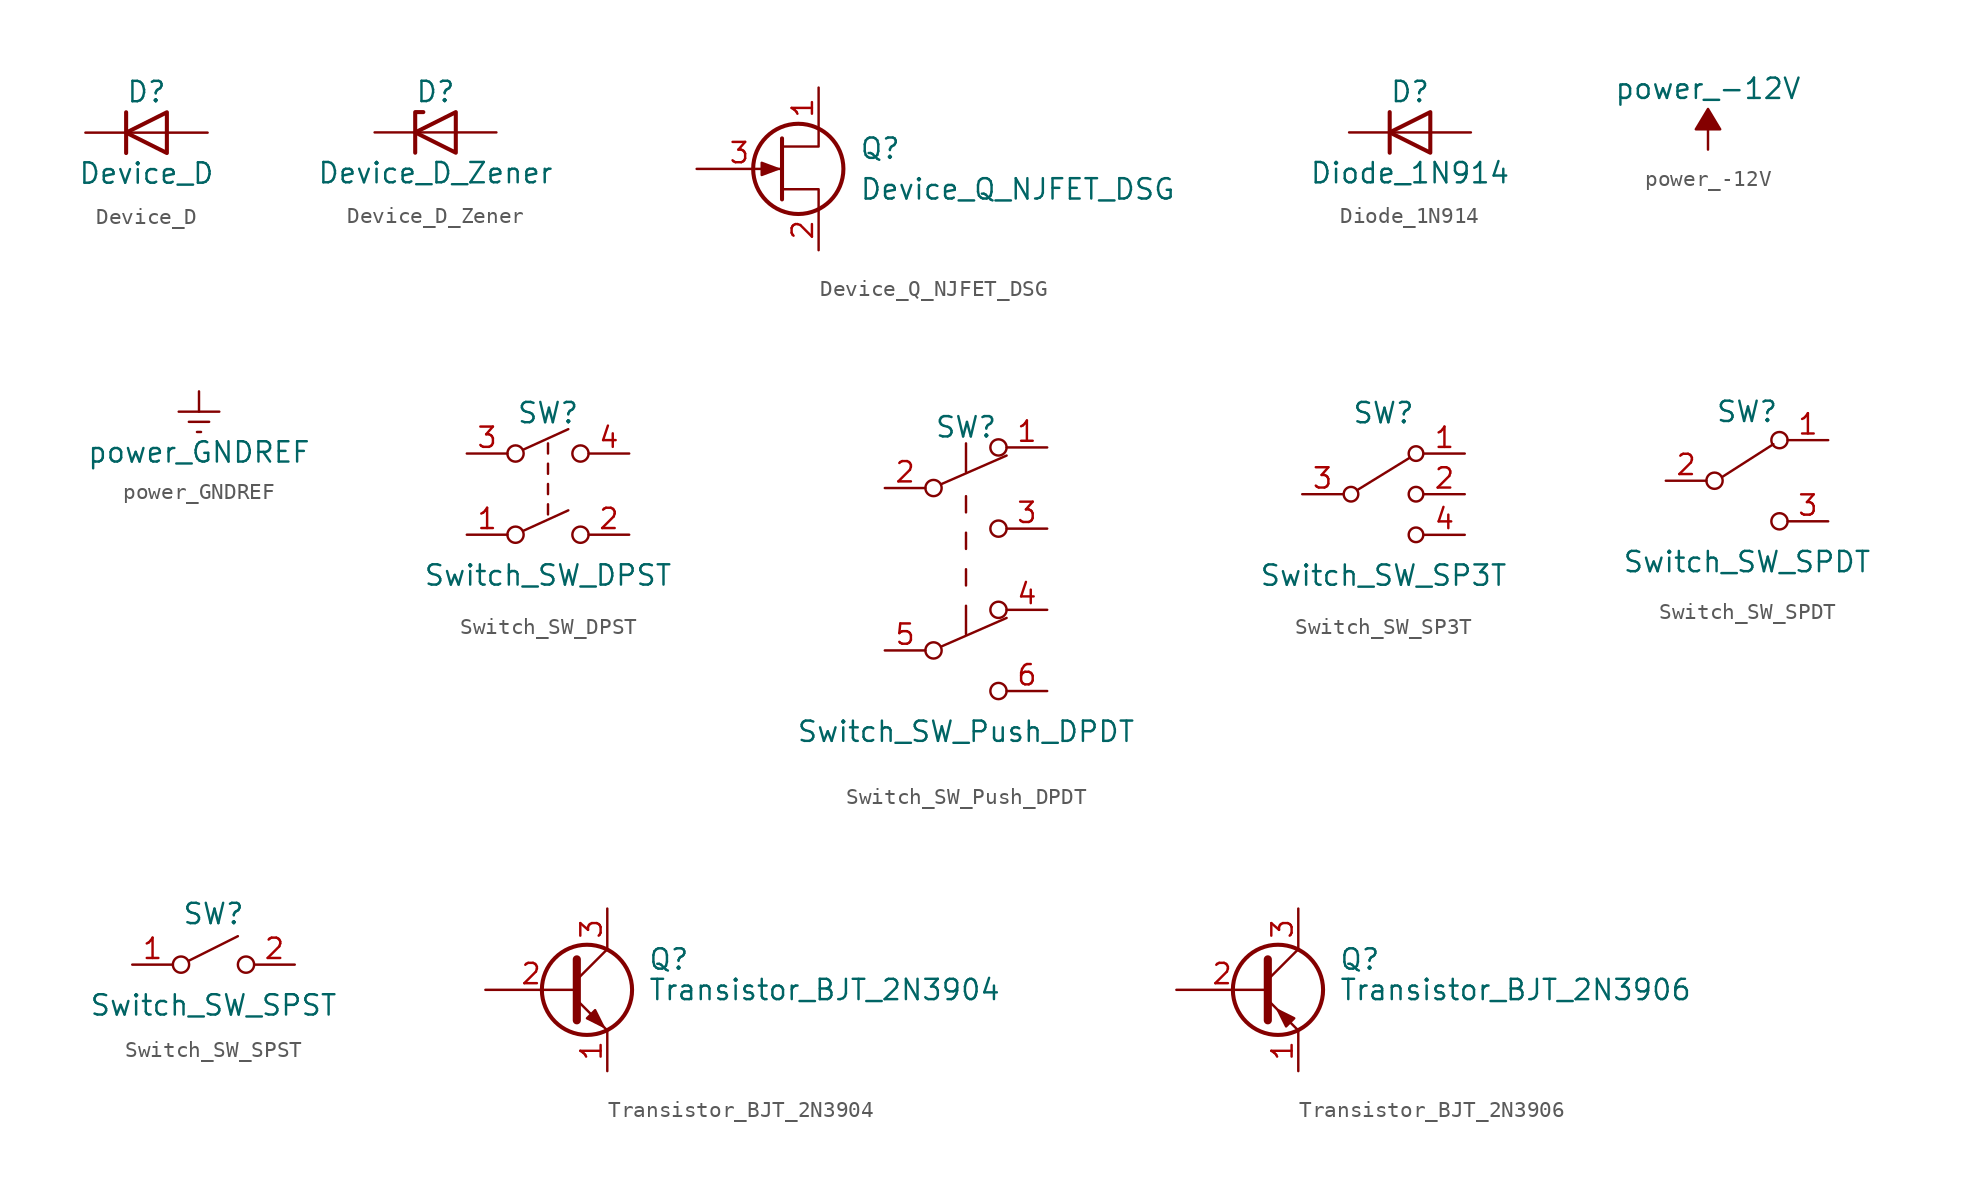
<source format=kicad_sym>
(kicad_symbol_lib
  (version 20220914)
  (generator kicad_symbol_editor)
  (symbol "Device_D"
    (pin_numbers hide)
    (pin_names
      (offset 1.016) hide)
    (property "Reference" "D"
      (at 0 2.54 0)
      (effects (font (size 1.27 1.27))))
    (property "Value" "Device_D"
      (at 0 -2.54 0)
      (effects (font (size 1.27 1.27))))
    (symbol "Device_D_0_1"
      (polyline (pts (xy -1.27 1.27) (xy -1.27 -1.27)) (stroke (width 0.254) (type solid)) (fill (type none)))
      (polyline (pts (xy 1.27 0) (xy -1.27 0)) (stroke (width 0) (type solid)) (fill (type none)))
      (polyline (pts (xy 1.27 1.27) (xy 1.27 -1.27) (xy -1.27 0) (xy 1.27 1.27)) (stroke (width 0.254) (type solid)) (fill (type none))))
    (symbol "Device_D_1_1"
      (pin passive line (at -3.81 0 0) (length 2.54) (name "K" (effects (font (size 1.27 1.27)))) (number "1" (effects (font (size 1.27 1.27)))))
      (pin passive line (at 3.81 0 180) (length 2.54) (name "A" (effects (font (size 1.27 1.27)))) (number "2" (effects (font (size 1.27 1.27)))))))
  (symbol "Device_D_Zener"
    (pin_numbers hide)
    (pin_names
      (offset 1.016) hide)
    (property "Reference" "D"
      (at 0 2.54 0)
      (effects (font (size 1.27 1.27))))
    (property "Value" "Device_D_Zener"
      (at 0 -2.54 0)
      (effects (font (size 1.27 1.27))))
    (symbol "Device_D_Zener_0_1"
      (polyline (pts (xy 1.27 0) (xy -1.27 0)) (stroke (width 0) (type solid)) (fill (type none)))
      (polyline (pts (xy -1.27 -1.27) (xy -1.27 1.27) (xy -0.762 1.27)) (stroke (width 0.254) (type solid)) (fill (type none)))
      (polyline (pts (xy 1.27 -1.27) (xy 1.27 1.27) (xy -1.27 0) (xy 1.27 -1.27)) (stroke (width 0.254) (type solid)) (fill (type none))))
    (symbol "Device_D_Zener_1_1"
      (pin passive line (at -3.81 0 0) (length 2.54) (name "K" (effects (font (size 1.27 1.27)))) (number "1" (effects (font (size 1.27 1.27)))))
      (pin passive line (at 3.81 0 180) (length 2.54) (name "A" (effects (font (size 1.27 1.27)))) (number "2" (effects (font (size 1.27 1.27)))))))
  (symbol "Device_Q_NJFET_DSG"
    (pin_names
      (offset 0) hide)
    (property "Reference" "Q"
      (at 5.08 1.27 0)
      (effects (font (size 1.27 1.27)) (justify left)))
    (property "Value" "Device_Q_NJFET_DSG"
      (at 5.08 -1.27 0)
      (effects (font (size 1.27 1.27)) (justify left)))
    (symbol "Device_Q_NJFET_DSG_0_1"
      (polyline (pts (xy 0.254 1.905) (xy 0.254 -1.905) (xy 0.254 -1.905)) (stroke (width 0.254) (type solid)) (fill (type none)))
      (polyline (pts (xy 2.54 -2.54) (xy 2.54 -1.27) (xy 0.254 -1.27)) (stroke (width 0) (type solid)) (fill (type none)))
      (polyline (pts (xy 2.54 2.54) (xy 2.54 1.397) (xy 0.254 1.397)) (stroke (width 0) (type solid)) (fill (type none)))
      (polyline (pts (xy 0 0) (xy -1.016 0.381) (xy -1.016 -0.381) (xy 0 0)) (stroke (width 0) (type solid)) (fill (type outline)))
      (circle (center 1.27 0) (radius 2.819) (stroke (width 0.254) (type solid)) (fill (type none))))
    (symbol "Device_Q_NJFET_DSG_1_1"
      (pin passive line (at 2.54 5.08 270) (length 2.54) (name "D" (effects (font (size 1.27 1.27)))) (number "1" (effects (font (size 1.27 1.27)))))
      (pin passive line (at 2.54 -5.08 90) (length 2.54) (name "S" (effects (font (size 1.27 1.27)))) (number "2" (effects (font (size 1.27 1.27)))))
      (pin input line (at -5.08 0 0) (length 5.334) (name "G" (effects (font (size 1.27 1.27)))) (number "3" (effects (font (size 1.27 1.27)))))))
  (symbol "Diode_1N914"
    (pin_numbers hide)
    (pin_names
      (offset 1.016) hide)
    (property "Reference" "D"
      (at 0 2.54 0)
      (effects (font (size 1.27 1.27))))
    (property "Value" "Diode_1N914"
      (at 0 -2.54 0)
      (effects (font (size 1.27 1.27))))
    (symbol "Diode_1N914_0_1"
      (polyline (pts (xy -1.27 1.27) (xy -1.27 -1.27)) (stroke (width 0.254) (type solid)) (fill (type none)))
      (polyline (pts (xy 1.27 0) (xy -1.27 0)) (stroke (width 0) (type solid)) (fill (type none)))
      (polyline (pts (xy 1.27 1.27) (xy 1.27 -1.27) (xy -1.27 0) (xy 1.27 1.27)) (stroke (width 0.254) (type solid)) (fill (type none))))
    (symbol "Diode_1N914_1_1"
      (pin passive line (at -3.81 0 0) (length 2.54) (name "K" (effects (font (size 1.27 1.27)))) (number "1" (effects (font (size 1.27 1.27)))))
      (pin passive line (at 3.81 0 180) (length 2.54) (name "A" (effects (font (size 1.27 1.27)))) (number "2" (effects (font (size 1.27 1.27)))))))
  (symbol "power_-12V"
    (power)
    (pin_names
      (offset 0))
    (property "Reference" "#PWR"
      (at 0 2.54 0)
      (effects (font (size 1.27 1.27)) hide))
    (property "Value" "power_-12V"
      (at 0 3.81 0)
      (effects (font (size 1.27 1.27))))
    (symbol "power_-12V_0_0"
      (pin power_in line (at 0 0 90) (length 0) hide (name "-12V" (effects (font (size 1.27 1.27)))) (number "1" (effects (font (size 1.27 1.27))))))
    (symbol "power_-12V_0_1"
      (polyline (pts (xy 0 0) (xy 0 1.27) (xy 0.762 1.27) (xy 0 2.54) (xy -0.762 1.27) (xy 0 1.27)) (stroke (width 0) (type solid)) (fill (type outline)))))
  (symbol "power_GNDREF"
    (power)
    (pin_names
      (offset 0))
    (property "Reference" "#PWR"
      (at 0 -6.35 0)
      (effects (font (size 1.27 1.27)) hide))
    (property "Value" "power_GNDREF"
      (at 0 -3.81 0)
      (effects (font (size 1.27 1.27))))
    (symbol "power_GNDREF_0_1"
      (polyline (pts (xy -0.635 -1.905) (xy 0.635 -1.905)) (stroke (width 0) (type solid)) (fill (type none)))
      (polyline (pts (xy -0.127 -2.54) (xy 0.127 -2.54)) (stroke (width 0) (type solid)) (fill (type none)))
      (polyline (pts (xy 0 -1.27) (xy 0 0)) (stroke (width 0) (type solid)) (fill (type none)))
      (polyline (pts (xy 1.27 -1.27) (xy -1.27 -1.27)) (stroke (width 0) (type solid)) (fill (type none))))
    (symbol "power_GNDREF_1_1"
      (pin power_in line (at 0 0 270) (length 0) hide (name "GNDREF" (effects (font (size 1.27 1.27)))) (number "1" (effects (font (size 1.27 1.27)))))))
  (symbol "Switch_SW_DPST"
    (pin_names
      (offset 0) hide)
    (property "Reference" "SW"
      (at 0 5.08 0)
      (effects (font (size 1.27 1.27))))
    (property "Value" "Switch_SW_DPST"
      (at 0 -5.08 0)
      (effects (font (size 1.27 1.27))))
    (symbol "Switch_SW_DPST_0_0"
      (circle (center -2.032 -2.54) (radius 0.508) (stroke (width 0) (type solid)) (fill (type none)))
      (circle (center -2.032 2.54) (radius 0.508) (stroke (width 0) (type solid)) (fill (type none)))
      (polyline (pts (xy -1.524 -2.286) (xy 1.27 -1.016)) (stroke (width 0) (type solid)) (fill (type none)))
      (polyline (pts (xy -1.524 2.794) (xy 1.27 4.064)) (stroke (width 0) (type solid)) (fill (type none)))
      (polyline (pts (xy 0 -1.27) (xy 0 -0.635)) (stroke (width 0) (type solid)) (fill (type none)))
      (polyline (pts (xy 0 0) (xy 0 0.635)) (stroke (width 0) (type solid)) (fill (type none)))
      (polyline (pts (xy 0 1.27) (xy 0 1.905)) (stroke (width 0) (type solid)) (fill (type none)))
      (polyline (pts (xy 0 2.54) (xy 0 3.175)) (stroke (width 0) (type solid)) (fill (type none)))
      (circle (center 2.032 -2.54) (radius 0.508) (stroke (width 0) (type solid)) (fill (type none)))
      (circle (center 2.032 2.54) (radius 0.508) (stroke (width 0) (type solid)) (fill (type none))))
    (symbol "Switch_SW_DPST_1_1"
      (pin passive line (at -5.08 -2.54 0) (length 2.54) (name "1" (effects (font (size 1.27 1.27)))) (number "1" (effects (font (size 1.27 1.27)))))
      (pin passive line (at 5.08 -2.54 180) (length 2.54) (name "2" (effects (font (size 1.27 1.27)))) (number "2" (effects (font (size 1.27 1.27)))))
      (pin passive line (at -5.08 2.54 0) (length 2.54) (name "3" (effects (font (size 1.27 1.27)))) (number "3" (effects (font (size 1.27 1.27)))))
      (pin passive line (at 5.08 2.54 180) (length 2.54) (name "4" (effects (font (size 1.27 1.27)))) (number "4" (effects (font (size 1.27 1.27)))))))
  (symbol "Switch_SW_Push_DPDT"
    (pin_names
      (offset 0) hide)
    (property "Reference" "SW"
      (at 0 8.89 0)
      (effects (font (size 1.27 1.27))))
    (property "Value" "Switch_SW_Push_DPDT"
      (at 0 -10.16 0)
      (effects (font (size 1.27 1.27))))
    (symbol "Switch_SW_Push_DPDT_0_0"
      (circle (center -2.032 -5.08) (radius 0.508) (stroke (width 0) (type solid)) (fill (type none)))
      (circle (center -2.032 5.08) (radius 0.508) (stroke (width 0) (type solid)) (fill (type none)))
      (circle (center 2.032 -7.62) (radius 0.508) (stroke (width 0) (type solid)) (fill (type none)))
      (circle (center 2.032 2.54) (radius 0.508) (stroke (width 0) (type solid)) (fill (type none))))
    (symbol "Switch_SW_Push_DPDT_0_1"
      (polyline (pts (xy -1.524 -4.826) (xy 2.54 -3.048)) (stroke (width 0) (type solid)) (fill (type none)))
      (polyline (pts (xy -1.524 5.334) (xy 2.54 7.112)) (stroke (width 0) (type solid)) (fill (type none)))
      (polyline (pts (xy 0 -2.286) (xy 0 -4.064)) (stroke (width 0) (type solid)) (fill (type none)))
      (polyline (pts (xy 0 -1.016) (xy 0 0)) (stroke (width 0) (type solid)) (fill (type none)))
      (polyline (pts (xy 0 1.27) (xy 0 2.286)) (stroke (width 0) (type solid)) (fill (type none)))
      (polyline (pts (xy 0 3.556) (xy 0 4.572)) (stroke (width 0) (type solid)) (fill (type none)))
      (polyline (pts (xy 0 7.874) (xy 0 6.096)) (stroke (width 0) (type solid)) (fill (type none)))
      (circle (center 2.032 -2.54) (radius 0.508) (stroke (width 0) (type solid)) (fill (type none)))
      (circle (center 2.032 7.62) (radius 0.508) (stroke (width 0) (type solid)) (fill (type none))))
    (symbol "Switch_SW_Push_DPDT_1_1"
      (pin passive line (at 5.08 7.62 180) (length 2.54) (name "A" (effects (font (size 1.27 1.27)))) (number "1" (effects (font (size 1.27 1.27)))))
      (pin passive line (at -5.08 5.08 0) (length 2.54) (name "B" (effects (font (size 1.27 1.27)))) (number "2" (effects (font (size 1.27 1.27)))))
      (pin passive line (at 5.08 2.54 180) (length 2.54) (name "C" (effects (font (size 1.27 1.27)))) (number "3" (effects (font (size 1.27 1.27)))))
      (pin passive line (at 5.08 -2.54 180) (length 2.54) (name "A" (effects (font (size 1.27 1.27)))) (number "4" (effects (font (size 1.27 1.27)))))
      (pin passive line (at -5.08 -5.08 0) (length 2.54) (name "B" (effects (font (size 1.27 1.27)))) (number "5" (effects (font (size 1.27 1.27)))))
      (pin passive line (at 5.08 -7.62 180) (length 2.54) (name "C" (effects (font (size 1.27 1.27)))) (number "6" (effects (font (size 1.27 1.27)))))))
  (symbol "Switch_SW_SP3T"
    (pin_names
      (offset 0) hide)
    (property "Reference" "SW"
      (at 0 5.08 0)
      (effects (font (size 1.27 1.27))))
    (property "Value" "Switch_SW_SP3T"
      (at 0 -5.08 0)
      (effects (font (size 1.27 1.27))))
    (symbol "Switch_SW_SP3T_0_1"
      (circle (center -2.032 0) (radius 0.457) (stroke (width 0) (type solid)) (fill (type none)))
      (polyline (pts (xy -1.651 0.254) (xy 1.651 2.286)) (stroke (width 0) (type solid)) (fill (type none)))
      (circle (center 2.032 -2.54) (radius 0.457) (stroke (width 0) (type solid)) (fill (type none)))
      (circle (center 2.032 0) (radius 0.457) (stroke (width 0) (type solid)) (fill (type none)))
      (circle (center 2.032 2.54) (radius 0.457) (stroke (width 0) (type solid)) (fill (type none))))
    (symbol "Switch_SW_SP3T_1_1"
      (pin passive line (at 5.08 2.54 180) (length 2.54) (name "1" (effects (font (size 1.27 1.27)))) (number "1" (effects (font (size 1.27 1.27)))))
      (pin passive line (at 5.08 0 180) (length 2.54) (name "2" (effects (font (size 1.27 1.27)))) (number "2" (effects (font (size 1.27 1.27)))))
      (pin passive line (at -5.08 0 0) (length 2.54) (name "3" (effects (font (size 1.27 1.27)))) (number "3" (effects (font (size 1.27 1.27)))))
      (pin passive line (at 5.08 -2.54 180) (length 2.54) (name "4" (effects (font (size 1.27 1.27)))) (number "4" (effects (font (size 1.27 1.27)))))))
  (symbol "Switch_SW_SPDT"
    (pin_names
      (offset 0) hide)
    (property "Reference" "SW"
      (at 0 4.318 0)
      (effects (font (size 1.27 1.27))))
    (property "Value" "Switch_SW_SPDT"
      (at 0 -5.08 0)
      (effects (font (size 1.27 1.27))))
    (symbol "Switch_SW_SPDT_0_0"
      (circle (center -2.032 0) (radius 0.508) (stroke (width 0) (type solid)) (fill (type none)))
      (circle (center 2.032 -2.54) (radius 0.508) (stroke (width 0) (type solid)) (fill (type none))))
    (symbol "Switch_SW_SPDT_0_1"
      (polyline (pts (xy -1.524 0.254) (xy 1.651 2.286)) (stroke (width 0) (type solid)) (fill (type none)))
      (circle (center 2.032 2.54) (radius 0.508) (stroke (width 0) (type solid)) (fill (type none))))
    (symbol "Switch_SW_SPDT_1_1"
      (pin passive line (at 5.08 2.54 180) (length 2.54) (name "A" (effects (font (size 1.27 1.27)))) (number "1" (effects (font (size 1.27 1.27)))))
      (pin passive line (at -5.08 0 0) (length 2.54) (name "B" (effects (font (size 1.27 1.27)))) (number "2" (effects (font (size 1.27 1.27)))))
      (pin passive line (at 5.08 -2.54 180) (length 2.54) (name "C" (effects (font (size 1.27 1.27)))) (number "3" (effects (font (size 1.27 1.27)))))))
  (symbol "Switch_SW_SPST"
    (pin_names
      (offset 0) hide)
    (property "Reference" "SW"
      (at 0 3.175 0)
      (effects (font (size 1.27 1.27))))
    (property "Value" "Switch_SW_SPST"
      (at 0 -2.54 0)
      (effects (font (size 1.27 1.27))))
    (symbol "Switch_SW_SPST_0_0"
      (circle (center -2.032 0) (radius 0.508) (stroke (width 0) (type solid)) (fill (type none)))
      (polyline (pts (xy -1.524 0.254) (xy 1.524 1.778)) (stroke (width 0) (type solid)) (fill (type none)))
      (circle (center 2.032 0) (radius 0.508) (stroke (width 0) (type solid)) (fill (type none))))
    (symbol "Switch_SW_SPST_1_1"
      (pin passive line (at -5.08 0 0) (length 2.54) (name "A" (effects (font (size 1.27 1.27)))) (number "1" (effects (font (size 1.27 1.27)))))
      (pin passive line (at 5.08 0 180) (length 2.54) (name "B" (effects (font (size 1.27 1.27)))) (number "2" (effects (font (size 1.27 1.27)))))))
  (symbol "Transistor_BJT_2N3904"
    (pin_names
      (offset 0) hide)
    (property "Reference" "Q"
      (at 5.08 1.905 0)
      (effects (font (size 1.27 1.27)) (justify left)))
    (property "Value" "Transistor_BJT_2N3904"
      (at 5.08 0 0)
      (effects (font (size 1.27 1.27)) (justify left)))
    (symbol "Transistor_BJT_2N3904_0_1"
      (polyline (pts (xy 0.635 0.635) (xy 2.54 2.54)) (stroke (width 0) (type solid)) (fill (type none)))
      (polyline (pts (xy 0.635 -0.635) (xy 2.54 -2.54) (xy 2.54 -2.54)) (stroke (width 0) (type solid)) (fill (type none)))
      (polyline (pts (xy 0.635 1.905) (xy 0.635 -1.905) (xy 0.635 -1.905)) (stroke (width 0.508) (type solid)) (fill (type none)))
      (polyline (pts (xy 1.27 -1.778) (xy 1.778 -1.27) (xy 2.286 -2.286) (xy 1.27 -1.778) (xy 1.27 -1.778)) (stroke (width 0) (type solid)) (fill (type outline)))
      (circle (center 1.27 0) (radius 2.819) (stroke (width 0.254) (type solid)) (fill (type none))))
    (symbol "Transistor_BJT_2N3904_1_1"
      (pin passive line (at 2.54 -5.08 90) (length 2.54) (name "E" (effects (font (size 1.27 1.27)))) (number "1" (effects (font (size 1.27 1.27)))))
      (pin passive line (at -5.08 0 0) (length 5.715) (name "B" (effects (font (size 1.27 1.27)))) (number "2" (effects (font (size 1.27 1.27)))))
      (pin passive line (at 2.54 5.08 270) (length 2.54) (name "C" (effects (font (size 1.27 1.27)))) (number "3" (effects (font (size 1.27 1.27)))))))
  (symbol "Transistor_BJT_2N3906"
    (pin_names
      (offset 0) hide)
    (property "Reference" "Q"
      (at 5.08 1.905 0)
      (effects (font (size 1.27 1.27)) (justify left)))
    (property "Value" "Transistor_BJT_2N3906"
      (at 5.08 0 0)
      (effects (font (size 1.27 1.27)) (justify left)))
    (symbol "Transistor_BJT_2N3906_0_1"
      (polyline (pts (xy 0.635 0.635) (xy 2.54 2.54)) (stroke (width 0) (type solid)) (fill (type none)))
      (polyline (pts (xy 0.635 -0.635) (xy 2.54 -2.54) (xy 2.54 -2.54)) (stroke (width 0) (type solid)) (fill (type none)))
      (polyline (pts (xy 0.635 1.905) (xy 0.635 -1.905) (xy 0.635 -1.905)) (stroke (width 0.508) (type solid)) (fill (type none)))
      (polyline (pts (xy 2.286 -1.778) (xy 1.778 -2.286) (xy 1.27 -1.27) (xy 2.286 -1.778) (xy 2.286 -1.778)) (stroke (width 0) (type solid)) (fill (type outline)))
      (circle (center 1.27 0) (radius 2.819) (stroke (width 0.254) (type solid)) (fill (type none))))
    (symbol "Transistor_BJT_2N3906_1_1"
      (pin passive line (at 2.54 -5.08 90) (length 2.54) (name "E" (effects (font (size 1.27 1.27)))) (number "1" (effects (font (size 1.27 1.27)))))
      (pin input line (at -5.08 0 0) (length 5.715) (name "B" (effects (font (size 1.27 1.27)))) (number "2" (effects (font (size 1.27 1.27)))))
      (pin passive line (at 2.54 5.08 270) (length 2.54) (name "C" (effects (font (size 1.27 1.27)))) (number "3" (effects (font (size 1.27 1.27))))))))
</source>
